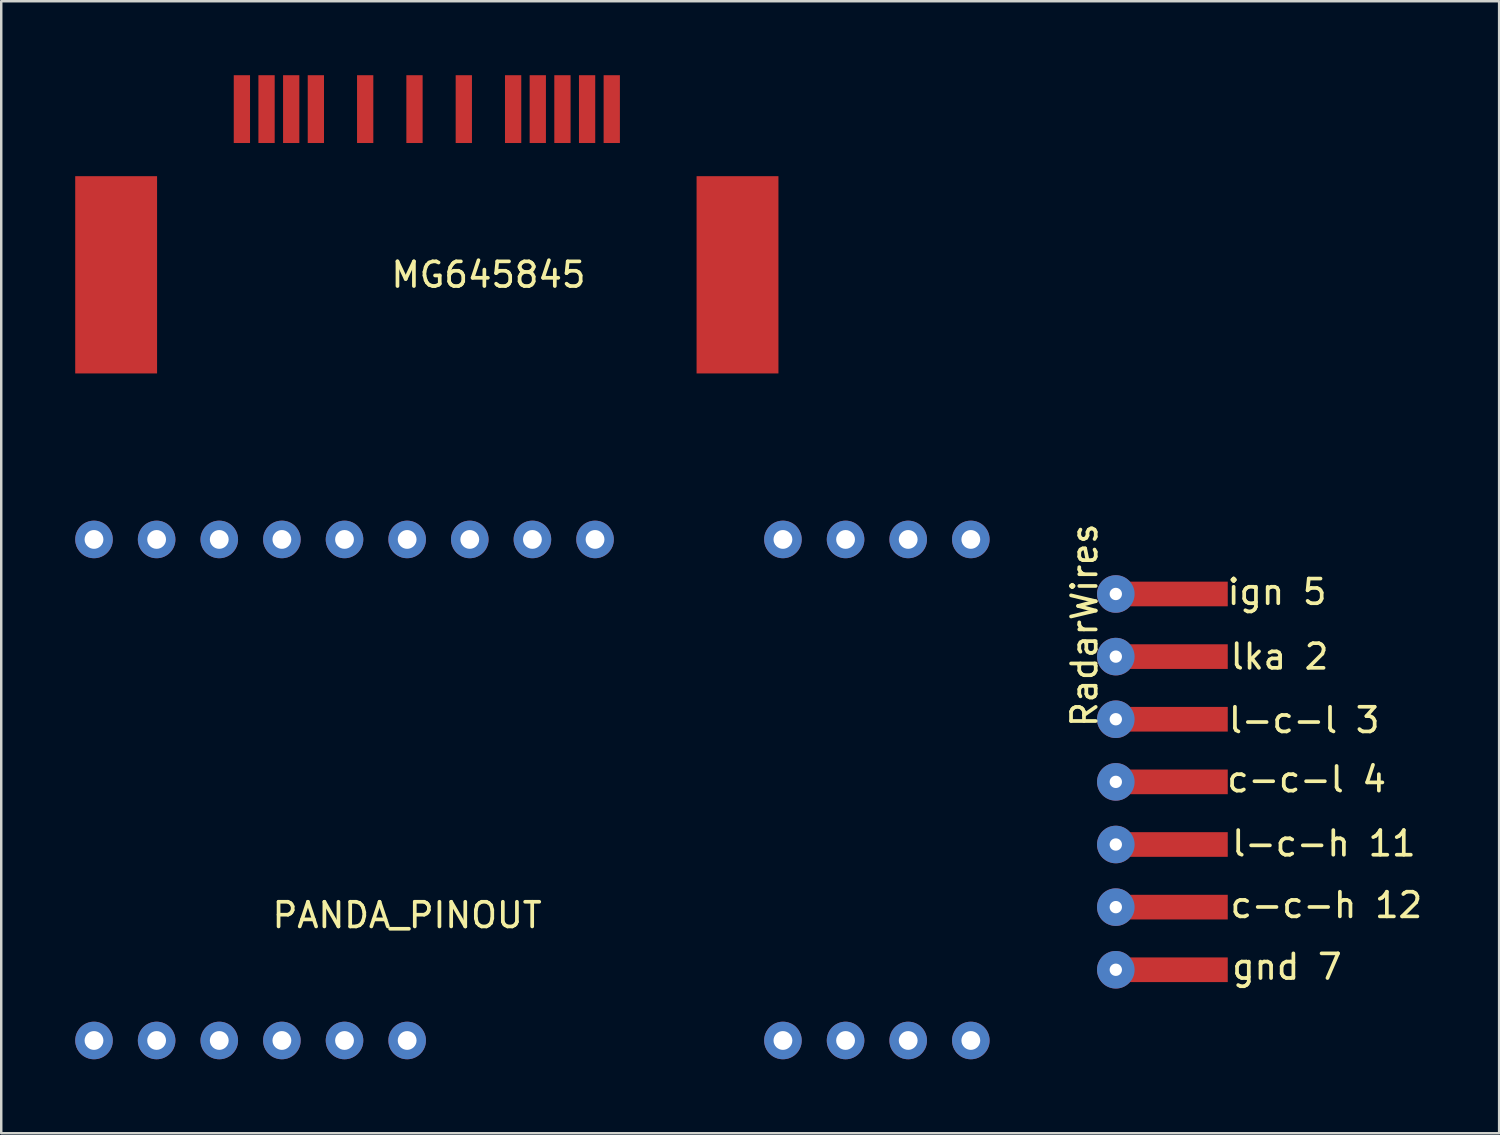
<source format=kicad_pcb>
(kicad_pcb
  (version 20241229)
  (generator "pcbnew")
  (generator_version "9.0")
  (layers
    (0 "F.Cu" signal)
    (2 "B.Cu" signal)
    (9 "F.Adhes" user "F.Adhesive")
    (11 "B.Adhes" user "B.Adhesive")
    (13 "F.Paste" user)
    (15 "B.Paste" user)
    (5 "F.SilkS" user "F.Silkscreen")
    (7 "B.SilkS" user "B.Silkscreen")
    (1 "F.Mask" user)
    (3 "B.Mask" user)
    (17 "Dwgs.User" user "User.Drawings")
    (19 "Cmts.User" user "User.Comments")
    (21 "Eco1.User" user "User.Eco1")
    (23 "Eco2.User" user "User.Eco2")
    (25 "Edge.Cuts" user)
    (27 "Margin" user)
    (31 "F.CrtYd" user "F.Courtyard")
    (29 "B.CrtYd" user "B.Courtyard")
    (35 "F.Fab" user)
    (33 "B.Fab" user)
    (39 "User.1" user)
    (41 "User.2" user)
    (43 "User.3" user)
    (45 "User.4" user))
  (footprint "PANDA_PINOUT"
    (layer "F.Cu")
    (at 13.462 28.987)
    (property "Reference" "PANDA_PINOUT" (at 0 5.08 0) (layer "F.SilkS") (effects (font (size 1 1) (thickness 0.15))))
    (attr through_hole)
    (pad "1H" thru_hole circle (at -12.7 10.16) (size 1.524 1.524) (drill 0.762) (layers "*.Cu" "*.Mask"))
    (pad "1L" thru_hole circle (at -10.16 10.16) (size 1.524 1.524) (drill 0.762) (layers "*.Cu" "*.Mask"))
    (pad "2H" thru_hole circle (at -7.62 10.16) (size 1.524 1.524) (drill 0.762) (layers "*.Cu" "*.Mask"))
    (pad "2L" thru_hole circle (at -5.08 10.16) (size 1.524 1.524) (drill 0.762) (layers "*.Cu" "*.Mask"))
    (pad "3H" thru_hole circle (at -10.16 -10.16) (size 1.524 1.524) (drill 0.762) (layers "*.Cu" "*.Mask"))
    (pad "3L" thru_hole circle (at -12.7 -10.16) (size 1.524 1.524) (drill 0.762) (layers "*.Cu" "*.Mask"))
    (pad "5V" thru_hole circle (at 15.24 -10.16) (size 1.524 1.524) (drill 0.762) (layers "*.Cu" "*.Mask"))
    (pad "16" thru_hole circle (at 15.24 10.16) (size 1.524 1.524) (drill 0.762) (layers "*.Cu" "*.Mask"))
    (pad "19" thru_hole circle (at 22.86 10.16) (size 1.524 1.524) (drill 0.762) (layers "*.Cu" "*.Mask"))
    (pad "D+" thru_hole circle (at 20.32 -10.16) (size 1.524 1.524) (drill 0.762) (layers "*.Cu" "*.Mask"))
    (pad "D-" thru_hole circle (at 17.78 -10.16) (size 1.524 1.524) (drill 0.762) (layers "*.Cu" "*.Mask"))
    (pad "GMLA" thru_hole circle (at 17.78 10.16) (size 1.524 1.524) (drill 0.762) (layers "*.Cu" "*.Mask"))
    (pad "GND" thru_hole circle (at 0 -10.16) (size 1.524 1.524) (drill 0.762) (layers "*.Cu" "*.Mask"))
    (pad "GNDU" thru_hole circle (at 22.86 -10.16) (size 1.524 1.524) (drill 0.762) (layers "*.Cu" "*.Mask"))
    (pad "IGN" thru_hole circle (at -7.62 -10.16) (size 1.524 1.524) (drill 0.762) (layers "*.Cu" "*.Mask"))
    (pad "LINK" thru_hole circle (at 0 10.16) (size 1.524 1.524) (drill 0.762) (layers "*.Cu" "*.Mask"))
    (pad "LINL" thru_hole circle (at -2.54 10.16) (size 1.524 1.524) (drill 0.762) (layers "*.Cu" "*.Mask"))
    (pad "NC" thru_hole circle (at -5.08 -10.16) (size 1.524 1.524) (drill 0.762) (layers "*.Cu" "*.Mask"))
    (pad "NC" thru_hole circle (at -2.54 -10.16) (size 1.524 1.524) (drill 0.762) (layers "*.Cu" "*.Mask"))
    (pad "NC" thru_hole circle (at 2.54 -10.16) (size 1.524 1.524) (drill 0.762) (layers "*.Cu" "*.Mask"))
    (pad "NC" thru_hole circle (at 5.08 -10.16) (size 1.524 1.524) (drill 0.762) (layers "*.Cu" "*.Mask"))
    (pad "NC" thru_hole circle (at 7.62 -10.16) (size 1.524 1.524) (drill 0.762) (layers "*.Cu" "*.Mask"))
    (pad "VIN1" thru_hole circle (at 20.32 10.16) (size 1.524 1.524) (drill 0.762) (layers "*.Cu" "*.Mask")))
  (footprint "MG645845"
    (layer "F.Cu")
    (at 7.76 14.815)
    (property "Reference" "MG645845" (at 9 -6.72 0) (layer "F.SilkS") (effects (font (size 1 1) (thickness 0.15))))
    (attr through_hole)
    (pad "1" smd rect (at -1 -13.44) (size 0.66 2.75) (layers "F.Cu" "F.Mask" "F.Paste"))
    (pad "2" smd rect (at 1 -13.44) (size 0.66 2.75) (layers "F.Cu" "F.Mask" "F.Paste"))
    (pad "3" smd rect (at 11 -13.44) (size 0.66 2.75) (layers "F.Cu" "F.Mask" "F.Paste"))
    (pad "4" smd rect (at 13 -13.44) (size 0.66 2.75) (layers "F.Cu" "F.Mask" "F.Paste"))
    (pad "5" smd rect (at 0 -13.44) (size 0.66 2.75) (layers "F.Cu" "F.Mask" "F.Paste"))
    (pad "6" smd rect (at 2 -13.44) (size 0.66 2.75) (layers "F.Cu" "F.Mask" "F.Paste"))
    (pad "7" smd rect (at 4 -13.44) (size 0.66 2.75) (layers "F.Cu" "F.Mask" "F.Paste"))
    (pad "8" smd rect (at 6 -13.44) (size 0.66 2.75) (layers "F.Cu" "F.Mask" "F.Paste"))
    (pad "9" smd rect (at 8 -13.44) (size 0.66 2.75) (layers "F.Cu" "F.Mask" "F.Paste"))
    (pad "10" smd rect (at 10 -13.44) (size 0.66 2.75) (layers "F.Cu" "F.Mask" "F.Paste"))
    (pad "11" smd rect (at 12 -13.44) (size 0.66 2.75) (layers "F.Cu" "F.Mask" "F.Paste"))
    (pad "12" smd rect (at 14 -13.44) (size 0.66 2.75) (layers "F.Cu" "F.Mask" "F.Paste"))
    (pad "99" smd rect (at -6.1 -6.72) (size 3.32 8) (layers "F.Cu" "F.Mask" "F.Paste"))
    (pad "99" smd rect (at 19.1 -6.72) (size 3.32 8) (layers "F.Cu" "F.Mask" "F.Paste")))
  (footprint "RadarWires"
    (layer "F.Cu")
    (at 44.742 28.659)
    (property "Reference" "RadarWires" (at -3.81 -6.35 270) (layer "F.SilkS") (effects (font (size 1 1) (thickness 0.15))))
    (attr through_hole)
    (fp_text user "l-c-l 3" (at 5.1 -2.5 0) (layer "F.SilkS") (effects (font (size 1 1) (thickness 0.15))))
    (fp_text user "c-c-l 4" (at 5.2 -0.1 0) (layer "F.SilkS") (effects (font (size 1 1) (thickness 0.15))))
    (fp_text user "ign 5" (at 4 -7.7 0) (layer "F.SilkS") (effects (font (size 1 1) (thickness 0.15))))
    (fp_text user "gnd 7" (at 4.4 7.5 0) (layer "F.SilkS") (effects (font (size 1 1) (thickness 0.15))))
    (fp_text user "c-c-h 12" (at 6 5 0) (layer "F.SilkS") (effects (font (size 1 1) (thickness 0.15))))
    (fp_text user "l-c-h 11" (at 5.9 2.5 0) (layer "F.SilkS") (effects (font (size 1 1) (thickness 0.15))))
    (fp_text user "lka 2" (at 4.1 -5.08 0) (layer "F.SilkS") (effects (font (size 1 1) (thickness 0.15))))
    (pad "2" thru_hole circle (at -2.54 -5.08) (size 1.524 1.524) (drill 0.5) (layers "*.Cu" "*.Mask"))
    (pad "2" smd rect (at 0 -5.08) (size 4 1) (layers "F.Cu" "F.Mask" "F.Paste"))
    (pad "3" thru_hole circle (at -2.54 -2.54) (size 1.524 1.524) (drill 0.5) (layers "*.Cu" "*.Mask"))
    (pad "3" smd rect (at 0 -2.54) (size 4 1) (layers "F.Cu" "F.Mask" "F.Paste"))
    (pad "4" thru_hole circle (at -2.54 0) (size 1.524 1.524) (drill 0.5) (layers "*.Cu" "*.Mask"))
    (pad "4" smd rect (at 0 0) (size 4 1) (layers "F.Cu" "F.Mask" "F.Paste"))
    (pad "5" thru_hole circle (at -2.54 -7.62) (size 1.524 1.524) (drill 0.5) (layers "*.Cu" "*.Mask"))
    (pad "5" smd rect (at 0 -7.62) (size 4 1) (layers "F.Cu" "F.Mask" "F.Paste"))
    (pad "7" thru_hole circle (at -2.54 7.62) (size 1.524 1.524) (drill 0.5) (layers "*.Cu" "*.Mask"))
    (pad "7" smd rect (at 0 7.62) (size 4 1) (layers "F.Cu" "F.Mask" "F.Paste"))
    (pad "11" thru_hole circle (at -2.54 2.54) (size 1.524 1.524) (drill 0.5) (layers "*.Cu" "*.Mask"))
    (pad "11" smd rect (at 0 2.54) (size 4 1) (layers "F.Cu" "F.Mask" "F.Paste"))
    (pad "12" thru_hole circle (at -2.54 5.08) (size 1.524 1.524) (drill 0.5) (layers "*.Cu" "*.Mask"))
    (pad "12" smd rect (at 0 5.08) (size 4 1) (layers "F.Cu" "F.Mask" "F.Paste")))
  (gr_rect
    (start -3 -3)
    (end 57.748 42.909)
    (stroke (width 0.1) (type default))
    (fill no)
    (layer "Edge.Cuts")))
</source>
